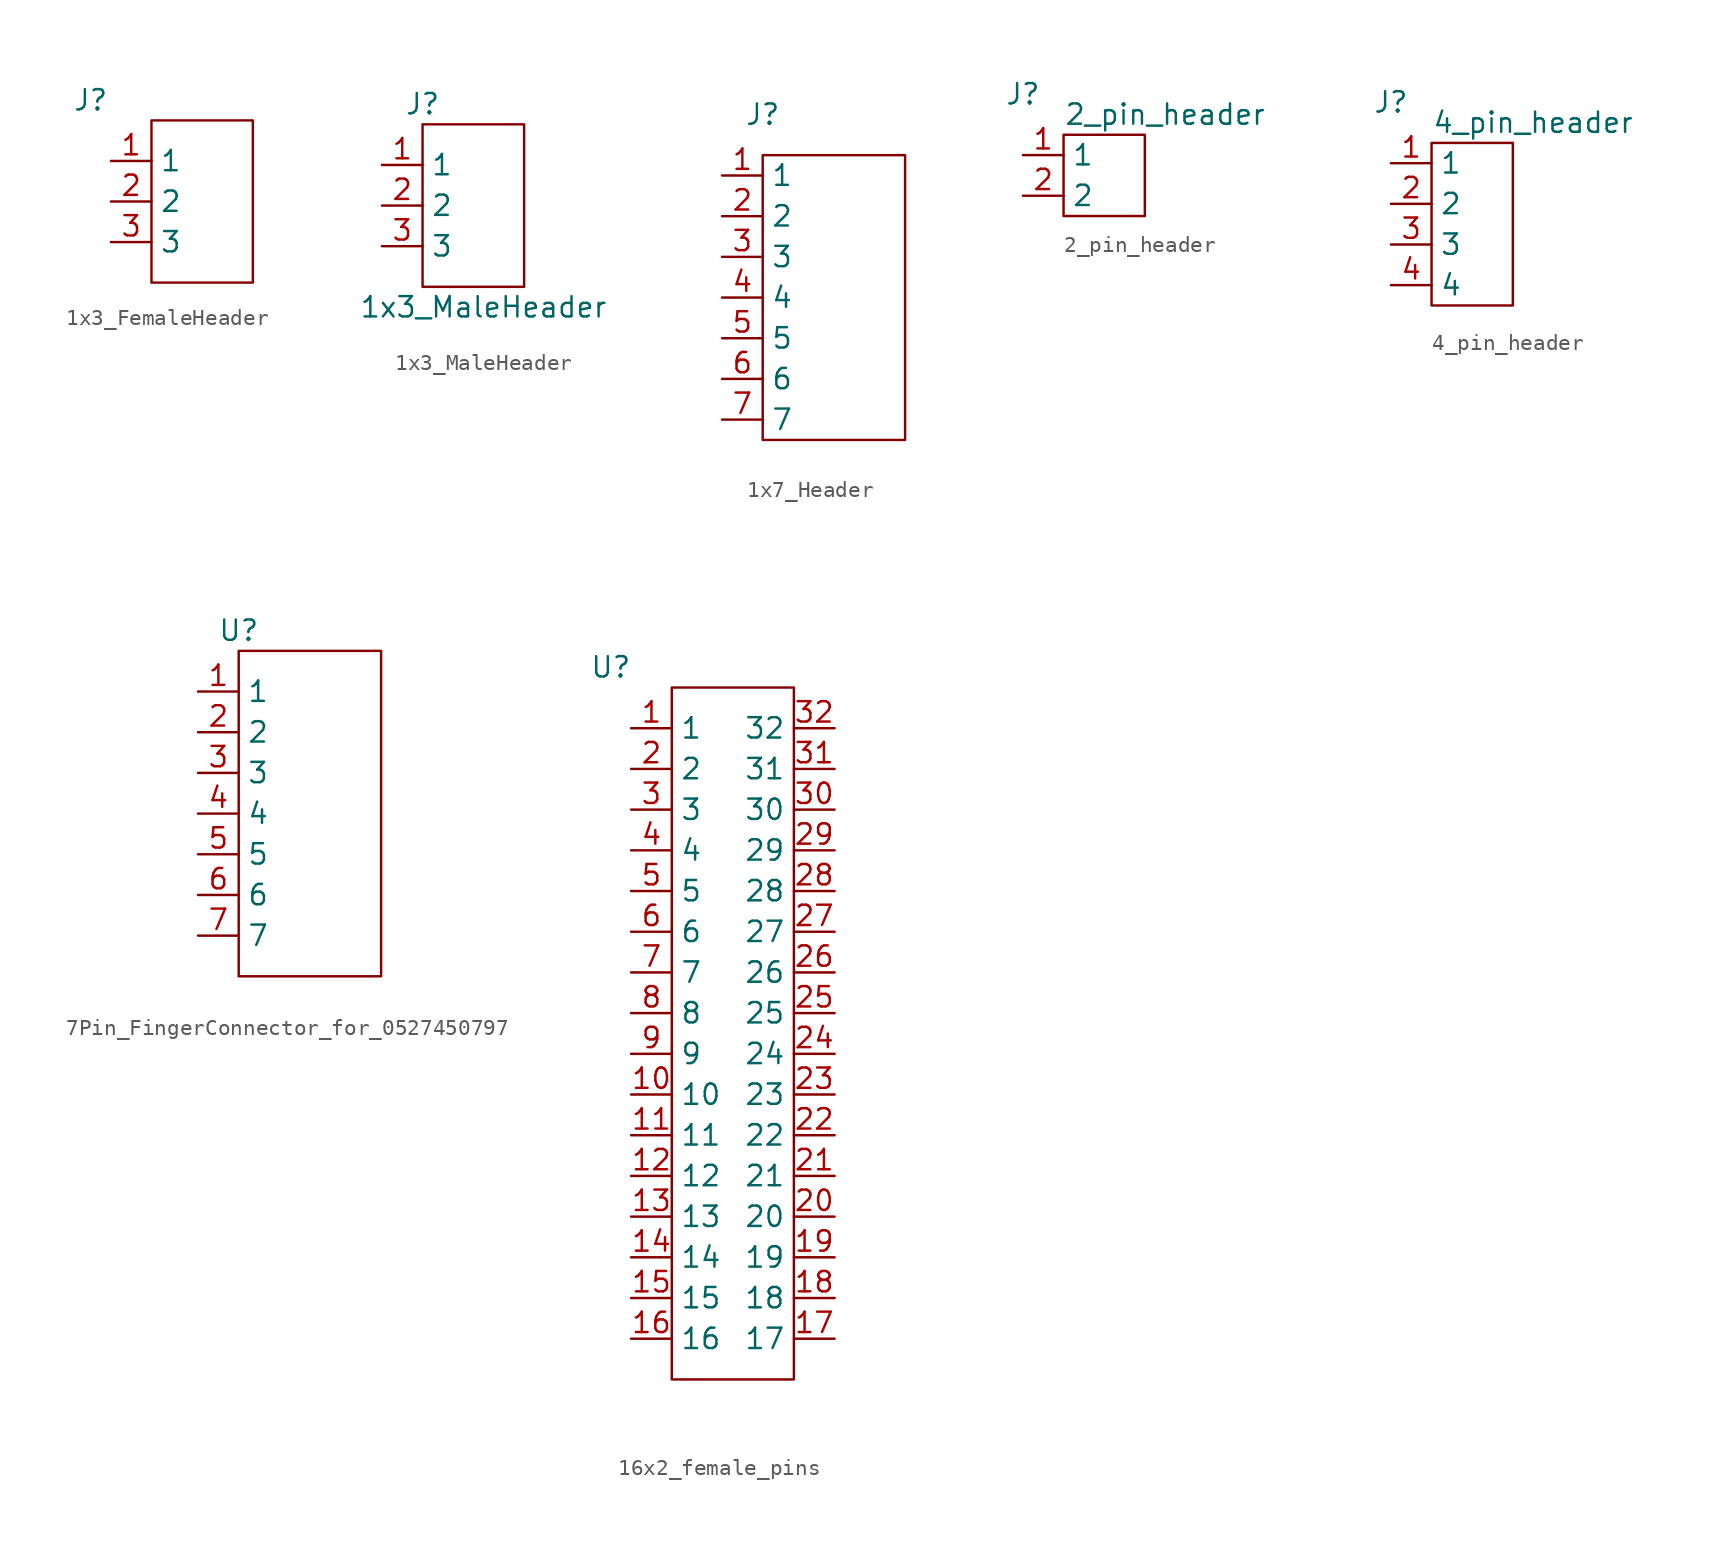
<source format=kicad_sym>
(kicad_symbol_lib
  (version 20220914)
  (generator kicad_symbol_editor)
  (symbol "1x3_FemaleHeader"
    (property "Reference" "J"
      (at -1.27 3.81 0)
      (effects (font (size 1.27 1.27))))
    (property "Value" ""
      (at 1.27 1.27 0)
      (effects (font (size 1.27 1.27))))
    (symbol "1x3_FemaleHeader_0_1"
      (rectangle (start 2.54 2.54) (end 8.89 -7.62) (stroke (width 0) (type default)) (fill (type none))))
    (symbol "1x3_FemaleHeader_1_1"
      (pin bidirectional line (at 0 0 0) (length 2.54) (name "1" (effects (font (size 1.27 1.27)))) (number "1" (effects (font (size 1.27 1.27)))))
      (pin bidirectional line (at 0 -2.54 0) (length 2.54) (name "2" (effects (font (size 1.27 1.27)))) (number "2" (effects (font (size 1.27 1.27)))))
      (pin bidirectional line (at 0 -5.08 0) (length 2.54) (name "3" (effects (font (size 1.27 1.27)))) (number "3" (effects (font (size 1.27 1.27)))))))
  (symbol "1x3_MaleHeader"
    (property "Reference" "J"
      (at 2.54 3.81 0)
      (effects (font (size 1.27 1.27))))
    (property "Value" "1x3_MaleHeader"
      (at 6.35 -8.89 0)
      (effects (font (size 1.27 1.27))))
    (symbol "1x3_MaleHeader_0_1"
      (rectangle (start 2.54 2.54) (end 8.89 -7.62) (stroke (width 0) (type default)) (fill (type none))))
    (symbol "1x3_MaleHeader_1_1"
      (pin bidirectional line (at 0 0 0) (length 2.54) (name "1" (effects (font (size 1.27 1.27)))) (number "1" (effects (font (size 1.27 1.27)))))
      (pin bidirectional line (at 0 -2.54 0) (length 2.54) (name "2" (effects (font (size 1.27 1.27)))) (number "2" (effects (font (size 1.27 1.27)))))
      (pin bidirectional line (at 0 -5.08 0) (length 2.54) (name "3" (effects (font (size 1.27 1.27)))) (number "3" (effects (font (size 1.27 1.27)))))))
  (symbol "1x7_Header"
    (property "Reference" "J"
      (at 0 2.54 0)
      (effects (font (size 1.27 1.27))))
    (property "Value" ""
      (at -2.54 1.27 0)
      (effects (font (size 1.27 1.27))))
    (symbol "1x7_Header_0_1"
      (rectangle (start 0 0) (end 8.89 -17.78) (stroke (width 0) (type default)) (fill (type none))))
    (symbol "1x7_Header_1_1"
      (pin bidirectional line (at -2.54 -1.27 0) (length 2.54) (name "1" (effects (font (size 1.27 1.27)))) (number "1" (effects (font (size 1.27 1.27)))))
      (pin bidirectional line (at -2.54 -3.81 0) (length 2.54) (name "2" (effects (font (size 1.27 1.27)))) (number "2" (effects (font (size 1.27 1.27)))))
      (pin bidirectional line (at -2.54 -6.35 0) (length 2.54) (name "3" (effects (font (size 1.27 1.27)))) (number "3" (effects (font (size 1.27 1.27)))))
      (pin bidirectional line (at -2.54 -8.89 0) (length 2.54) (name "4" (effects (font (size 1.27 1.27)))) (number "4" (effects (font (size 1.27 1.27)))))
      (pin bidirectional line (at -2.54 -11.43 0) (length 2.54) (name "5" (effects (font (size 1.27 1.27)))) (number "5" (effects (font (size 1.27 1.27)))))
      (pin bidirectional line (at -2.54 -13.97 0) (length 2.54) (name "6" (effects (font (size 1.27 1.27)))) (number "6" (effects (font (size 1.27 1.27)))))
      (pin bidirectional line (at -2.54 -16.51 0) (length 2.54) (name "7" (effects (font (size 1.27 1.27)))) (number "7" (effects (font (size 1.27 1.27)))))))
  (symbol "2_pin_header"
    (property "Reference" "J"
      (at 0 2.54 0)
      (effects (font (size 1.27 1.27))))
    (property "Value" "2_pin_header"
      (at 8.89 1.27 0)
      (effects (font (size 1.27 1.27))))
    (symbol "2_pin_header_0_1"
      (rectangle (start 2.54 0) (end 7.62 -5.08) (stroke (width 0) (type default)) (fill (type none))))
    (symbol "2_pin_header_1_1"
      (pin bidirectional line (at 0 -1.27 0) (length 2.54) (name "1" (effects (font (size 1.27 1.27)))) (number "1" (effects (font (size 1.27 1.27)))))
      (pin bidirectional line (at 0 -3.81 0) (length 2.54) (name "2" (effects (font (size 1.27 1.27)))) (number "2" (effects (font (size 1.27 1.27)))))))
  (symbol "4_pin_header"
    (property "Reference" "J"
      (at 0 2.54 0)
      (effects (font (size 1.27 1.27))))
    (property "Value" "4_pin_header"
      (at 8.89 1.27 0)
      (effects (font (size 1.27 1.27))))
    (symbol "4_pin_header_0_1"
      (rectangle (start 2.54 0) (end 7.62 -10.16) (stroke (width 0) (type default)) (fill (type none))))
    (symbol "4_pin_header_1_1"
      (pin bidirectional line (at 0 -1.27 0) (length 2.54) (name "1" (effects (font (size 1.27 1.27)))) (number "1" (effects (font (size 1.27 1.27)))))
      (pin bidirectional line (at 0 -3.81 0) (length 2.54) (name "2" (effects (font (size 1.27 1.27)))) (number "2" (effects (font (size 1.27 1.27)))))
      (pin bidirectional line (at 0 -6.35 0) (length 2.54) (name "3" (effects (font (size 1.27 1.27)))) (number "3" (effects (font (size 1.27 1.27)))))
      (pin bidirectional line (at 0 -8.89 0) (length 2.54) (name "4" (effects (font (size 1.27 1.27)))) (number "4" (effects (font (size 1.27 1.27)))))))
  (symbol "7Pin_FingerConnector_for_0527450797"
    (property "Reference" "U"
      (at 2.54 3.81 0)
      (effects (font (size 1.27 1.27))))
    (property "Value" ""
      (at 0 0 0)
      (effects (font (size 1.27 1.27))))
    (symbol "7Pin_FingerConnector_for_0527450797_0_1"
      (rectangle (start 2.54 2.54) (end 11.43 -17.78) (stroke (width 0) (type default)) (fill (type none))))
    (symbol "7Pin_FingerConnector_for_0527450797_1_1"
      (pin bidirectional line (at 0 0 0) (length 2.54) (name "1" (effects (font (size 1.27 1.27)))) (number "1" (effects (font (size 1.27 1.27)))))
      (pin bidirectional line (at 0 -2.54 0) (length 2.54) (name "2" (effects (font (size 1.27 1.27)))) (number "2" (effects (font (size 1.27 1.27)))))
      (pin bidirectional line (at 0 -5.08 0) (length 2.54) (name "3" (effects (font (size 1.27 1.27)))) (number "3" (effects (font (size 1.27 1.27)))))
      (pin bidirectional line (at 0 -7.62 0) (length 2.54) (name "4" (effects (font (size 1.27 1.27)))) (number "4" (effects (font (size 1.27 1.27)))))
      (pin bidirectional line (at 0 -10.16 0) (length 2.54) (name "5" (effects (font (size 1.27 1.27)))) (number "5" (effects (font (size 1.27 1.27)))))
      (pin bidirectional line (at 0 -12.7 0) (length 2.54) (name "6" (effects (font (size 1.27 1.27)))) (number "6" (effects (font (size 1.27 1.27)))))
      (pin bidirectional line (at 0 -15.24 0) (length 2.54) (name "7" (effects (font (size 1.27 1.27)))) (number "7" (effects (font (size 1.27 1.27)))))))
  (symbol "16x2_female_pins"
    (property "Reference" "U"
      (at -1.27 1.27 0)
      (effects (font (size 1.27 1.27))))
    (property "Value" ""
      (at 0 0 0)
      (effects (font (size 1.27 1.27))))
    (symbol "16x2_female_pins_0_1"
      (rectangle (start 2.54 0) (end 10.16 -43.18) (stroke (width 0) (type default)) (fill (type none))))
    (symbol "16x2_female_pins_1_1"
      (pin bidirectional line (at 0 -2.54 0) (length 2.54) (name "1" (effects (font (size 1.27 1.27)))) (number "1" (effects (font (size 1.27 1.27)))))
      (pin bidirectional line (at 0 -25.4 0) (length 2.54) (name "10" (effects (font (size 1.27 1.27)))) (number "10" (effects (font (size 1.27 1.27)))))
      (pin bidirectional line (at 0 -27.94 0) (length 2.54) (name "11" (effects (font (size 1.27 1.27)))) (number "11" (effects (font (size 1.27 1.27)))))
      (pin bidirectional line (at 0 -30.48 0) (length 2.54) (name "12" (effects (font (size 1.27 1.27)))) (number "12" (effects (font (size 1.27 1.27)))))
      (pin bidirectional line (at 0 -33.02 0) (length 2.54) (name "13" (effects (font (size 1.27 1.27)))) (number "13" (effects (font (size 1.27 1.27)))))
      (pin bidirectional line (at 0 -35.56 0) (length 2.54) (name "14" (effects (font (size 1.27 1.27)))) (number "14" (effects (font (size 1.27 1.27)))))
      (pin bidirectional line (at 0 -38.1 0) (length 2.54) (name "15" (effects (font (size 1.27 1.27)))) (number "15" (effects (font (size 1.27 1.27)))))
      (pin bidirectional line (at 0 -40.64 0) (length 2.54) (name "16" (effects (font (size 1.27 1.27)))) (number "16" (effects (font (size 1.27 1.27)))))
      (pin bidirectional line (at 12.7 -40.64 180) (length 2.54) (name "17" (effects (font (size 1.27 1.27)))) (number "17" (effects (font (size 1.27 1.27)))))
      (pin bidirectional line (at 12.7 -38.1 180) (length 2.54) (name "18" (effects (font (size 1.27 1.27)))) (number "18" (effects (font (size 1.27 1.27)))))
      (pin bidirectional line (at 12.7 -35.56 180) (length 2.54) (name "19" (effects (font (size 1.27 1.27)))) (number "19" (effects (font (size 1.27 1.27)))))
      (pin bidirectional line (at 0 -5.08 0) (length 2.54) (name "2" (effects (font (size 1.27 1.27)))) (number "2" (effects (font (size 1.27 1.27)))))
      (pin bidirectional line (at 12.7 -33.02 180) (length 2.54) (name "20" (effects (font (size 1.27 1.27)))) (number "20" (effects (font (size 1.27 1.27)))))
      (pin bidirectional line (at 12.7 -30.48 180) (length 2.54) (name "21" (effects (font (size 1.27 1.27)))) (number "21" (effects (font (size 1.27 1.27)))))
      (pin bidirectional line (at 12.7 -27.94 180) (length 2.54) (name "22" (effects (font (size 1.27 1.27)))) (number "22" (effects (font (size 1.27 1.27)))))
      (pin bidirectional line (at 12.7 -25.4 180) (length 2.54) (name "23" (effects (font (size 1.27 1.27)))) (number "23" (effects (font (size 1.27 1.27)))))
      (pin bidirectional line (at 12.7 -22.86 180) (length 2.54) (name "24" (effects (font (size 1.27 1.27)))) (number "24" (effects (font (size 1.27 1.27)))))
      (pin bidirectional line (at 12.7 -20.32 180) (length 2.54) (name "25" (effects (font (size 1.27 1.27)))) (number "25" (effects (font (size 1.27 1.27)))))
      (pin bidirectional line (at 12.7 -17.78 180) (length 2.54) (name "26" (effects (font (size 1.27 1.27)))) (number "26" (effects (font (size 1.27 1.27)))))
      (pin bidirectional line (at 12.7 -15.24 180) (length 2.54) (name "27" (effects (font (size 1.27 1.27)))) (number "27" (effects (font (size 1.27 1.27)))))
      (pin bidirectional line (at 12.7 -12.7 180) (length 2.54) (name "28" (effects (font (size 1.27 1.27)))) (number "28" (effects (font (size 1.27 1.27)))))
      (pin bidirectional line (at 12.7 -10.16 180) (length 2.54) (name "29" (effects (font (size 1.27 1.27)))) (number "29" (effects (font (size 1.27 1.27)))))
      (pin bidirectional line (at 0 -7.62 0) (length 2.54) (name "3" (effects (font (size 1.27 1.27)))) (number "3" (effects (font (size 1.27 1.27)))))
      (pin bidirectional line (at 12.7 -7.62 180) (length 2.54) (name "30" (effects (font (size 1.27 1.27)))) (number "30" (effects (font (size 1.27 1.27)))))
      (pin bidirectional line (at 12.7 -5.08 180) (length 2.54) (name "31" (effects (font (size 1.27 1.27)))) (number "31" (effects (font (size 1.27 1.27)))))
      (pin bidirectional line (at 12.7 -2.54 180) (length 2.54) (name "32" (effects (font (size 1.27 1.27)))) (number "32" (effects (font (size 1.27 1.27)))))
      (pin bidirectional line (at 0 -10.16 0) (length 2.54) (name "4" (effects (font (size 1.27 1.27)))) (number "4" (effects (font (size 1.27 1.27)))))
      (pin bidirectional line (at 0 -12.7 0) (length 2.54) (name "5" (effects (font (size 1.27 1.27)))) (number "5" (effects (font (size 1.27 1.27)))))
      (pin bidirectional line (at 0 -15.24 0) (length 2.54) (name "6" (effects (font (size 1.27 1.27)))) (number "6" (effects (font (size 1.27 1.27)))))
      (pin bidirectional line (at 0 -17.78 0) (length 2.54) (name "7" (effects (font (size 1.27 1.27)))) (number "7" (effects (font (size 1.27 1.27)))))
      (pin bidirectional line (at 0 -20.32 0) (length 2.54) (name "8" (effects (font (size 1.27 1.27)))) (number "8" (effects (font (size 1.27 1.27)))))
      (pin bidirectional line (at 0 -22.86 0) (length 2.54) (name "9" (effects (font (size 1.27 1.27)))) (number "9" (effects (font (size 1.27 1.27))))))))
</source>
